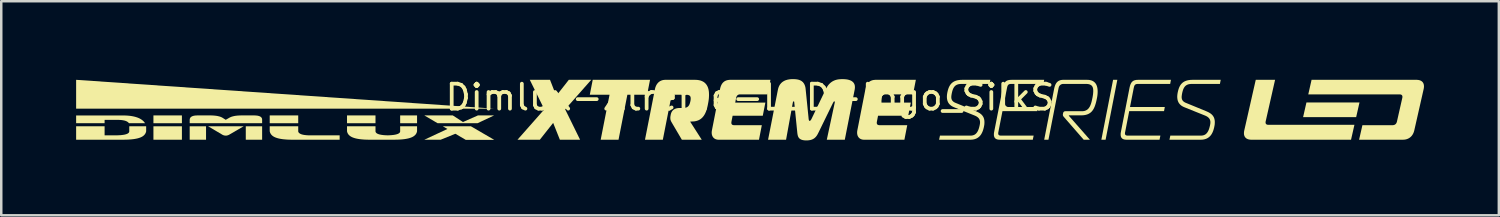
<source format=kicad_pcb>
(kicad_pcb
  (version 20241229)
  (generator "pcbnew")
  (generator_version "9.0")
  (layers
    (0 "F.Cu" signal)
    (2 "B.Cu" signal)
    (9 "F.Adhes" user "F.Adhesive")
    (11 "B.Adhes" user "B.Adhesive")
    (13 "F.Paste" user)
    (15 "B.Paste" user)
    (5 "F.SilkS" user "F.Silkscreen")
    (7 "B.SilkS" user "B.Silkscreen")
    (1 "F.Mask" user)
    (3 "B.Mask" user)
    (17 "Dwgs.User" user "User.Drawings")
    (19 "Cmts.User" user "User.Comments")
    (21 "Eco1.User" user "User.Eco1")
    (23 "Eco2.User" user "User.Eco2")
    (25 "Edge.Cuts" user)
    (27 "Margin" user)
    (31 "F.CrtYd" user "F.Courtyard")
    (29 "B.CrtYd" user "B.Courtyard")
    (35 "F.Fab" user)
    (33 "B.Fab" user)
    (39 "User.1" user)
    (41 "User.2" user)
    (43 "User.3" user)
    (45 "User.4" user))
  (footprint "Dimlux-Xtreme-LED-logo_SilkS"
    (layer "F.Cu")
    (at 27 1.348)
    (property "Reference" "Dimlux-Xtreme-LED-logo_SilkS" (at 0 -0.5 0) (unlocked yes) (layer "F.SilkS") (effects (font (size 1 1) (thickness 0.15))))
    (fp_poly (pts (xy -22.762 0.539) (xy -23.903 0.539) (xy -23.903 0.226) (xy -22.762 0.226)) (stroke (width 0) (type solid)) (fill yes) (layer "F.SilkS"))
    (fp_poly (pts (xy -22.762 1.2) (xy -23.903 1.2) (xy -23.903 0.662) (xy -22.762 0.662)) (stroke (width 0) (type solid)) (fill yes) (layer "F.SilkS"))
    (fp_poly (pts (xy -21.795 1.2) (xy -22.45 1.2) (xy -22.45 0.662) (xy -21.795 0.662)) (stroke (width 0) (type solid)) (fill yes) (layer "F.SilkS"))
    (fp_poly (pts (xy -19.548 1.2) (xy -20.203 1.2) (xy -20.203 0.662) (xy -19.548 0.662)) (stroke (width 0) (type solid)) (fill yes) (layer "F.SilkS"))
    (fp_poly (pts (xy -18.102 0.539) (xy -19.244 0.539) (xy -19.244 0.226) (xy -18.102 0.226)) (stroke (width 0) (type solid)) (fill yes) (layer "F.SilkS"))
    (fp_poly (pts (xy -15.006 0.539) (xy -16.147 0.539) (xy -16.147 0.226) (xy -15.006 0.226)) (stroke (width 0) (type solid)) (fill yes) (layer "F.SilkS"))
    (fp_poly (pts (xy -13.341 0.539) (xy -14.018 0.539) (xy -14.018 0.226) (xy -13.341 0.226)) (stroke (width 0) (type solid)) (fill yes) (layer "F.SilkS"))
    (fp_poly (pts (xy -10.248 -0.044) (xy -27 -0.044) (xy -27 -1.2) (xy -26.999 -1.2)) (stroke (width 0) (type solid)) (fill yes) (layer "F.SilkS"))
    (fp_poly (pts (xy 14.245 1.2) (xy 14.075 1.2) (xy 14.545 -1.2) (xy 14.715 -1.2)) (stroke (width 0) (type solid)) (fill yes) (layer "F.SilkS"))
    (fp_poly (pts (xy 24.284 0.294) (xy 22.158 0.294) (xy 22.292 -0.294) (xy 24.417 -0.294)) (stroke (width 0) (type solid)) (fill yes) (layer "F.SilkS"))
    (fp_poly (pts (xy -11.501 0.491) (xy -10.902 0.226) (xy -10.254 0.226) (xy -10.918 0.539) (xy -12.517 0.539) (xy -13.05 0.226) (xy -11.909 0.226)) (stroke (width 0) (type solid)) (fill yes) (layer "F.SilkS"))
    (fp_poly (pts (xy -4.124 -0.603) (xy -4.915 -0.603) (xy -5.269 1.2) (xy -5.984 1.2) (xy -5.629 -0.603) (xy -6.42 -0.603) (xy -6.303 -1.2) (xy -4.007 -1.2)) (stroke (width 0) (type solid)) (fill yes) (layer "F.SilkS"))
    (fp_poly (pts (xy -11.18 0.663) (xy -10.248 1.206) (xy -11.389 1.206) (xy -11.806 0.961) (xy -12.395 1.2) (xy -13.05 1.2) (xy -12.124 0.769) (xy -12.308 0.662) (xy -11.178 0.661)) (stroke (width 0) (type solid)) (fill yes) (layer "F.SilkS"))
    (fp_poly (pts (xy -7.764 -0.559) (xy -7.261 -1.2) (xy -6.363 -1.2) (xy -7.407 -0.017) (xy -6.809 1.2) (xy -7.619 1.2) (xy -7.888 0.525) (xy -8.422 1.2) (xy -9.317 1.2) (xy -8.242 -0.017) (xy -8.824 -1.2) (xy -8.014 -1.2)) (stroke (width 0) (type solid)) (fill yes) (layer "F.SilkS"))
    (fp_poly (pts (xy -20.289 0.662) (xy -20.855 0.991) (xy -20.864 0.996) (xy -20.873 1.001) (xy -20.882 1.006) (xy -20.892 1.01) (xy -20.901 1.014) (xy -20.91 1.018) (xy -20.92 1.021) (xy -20.929 1.024) (xy -20.939 1.027) (xy -20.948 1.029) (xy -20.958 1.031) (xy -20.967 1.033) (xy -20.977 1.034) (xy -20.987 1.035) (xy -20.996 1.035) (xy -21.006 1.036) (xy -21.015 1.035) (xy -21.024 1.035) (xy -21.034 1.034) (xy -21.043 1.033) (xy -21.052 1.031) (xy -21.061 1.029) (xy -21.07 1.027) (xy -21.08 1.025) (xy -21.089 1.022) (xy -21.098 1.019) (xy -21.107 1.015) (xy -21.116 1.011) (xy -21.126 1.007) (xy -21.135 1.003) (xy -21.144 0.998) (xy -21.153 0.992) (xy -21.711 0.662)) (stroke (width 0) (type solid)) (fill yes) (layer "F.SilkS"))
    (fp_poly (pts (xy -25.06 0.228) (xy -24.991 0.231) (xy -24.925 0.235) (xy -24.861 0.241) (xy -24.8 0.249) (xy -24.742 0.259) (xy -24.687 0.27) (xy -24.634 0.283) (xy -24.584 0.298) (xy -24.537 0.314) (xy -24.493 0.332) (xy -24.451 0.352) (xy -24.412 0.374) (xy -24.376 0.397) (xy -24.342 0.423) (xy -24.312 0.449) (xy -24.3 0.461) (xy -24.29 0.472) (xy -24.28 0.483) (xy -24.275 0.489) (xy -24.271 0.494) (xy -24.266 0.5) (xy -24.262 0.505) (xy -24.258 0.511) (xy -24.254 0.517) (xy -24.25 0.522) (xy -24.247 0.528) (xy -24.243 0.533) (xy -24.24 0.539) (xy -24.883 0.539) (xy -24.896 0.523) (xy -24.911 0.507) (xy -24.928 0.493) (xy -24.947 0.48) (xy -24.968 0.468) (xy -24.991 0.457) (xy -25.016 0.447) (xy -25.043 0.438) (xy -25.073 0.43) (xy -25.104 0.424) (xy -25.138 0.418) (xy -25.174 0.413) (xy -25.211 0.409) (xy -25.251 0.407) (xy -25.293 0.405) (xy -25.337 0.405) (xy -25.859 0.405) (xy -25.859 0.539) (xy -27 0.539) (xy -27 0.227) (xy -25.132 0.227)) (stroke (width 0) (type solid)) (fill yes) (layer "F.SilkS"))
    (fp_poly (pts (xy -18.102 0.858) (xy -18.102 0.868) (xy -18.1 0.877) (xy -18.097 0.886) (xy -18.093 0.895) (xy -18.089 0.903) (xy -18.083 0.911) (xy -18.077 0.919) (xy -18.07 0.927) (xy -18.061 0.934) (xy -18.052 0.942) (xy -18.042 0.949) (xy -18.032 0.955) (xy -18.02 0.962) (xy -18.007 0.968) (xy -17.994 0.974) (xy -17.979 0.98) (xy -17.964 0.985) (xy -17.947 0.99) (xy -17.93 0.995) (xy -17.911 0.999) (xy -17.872 1.007) (xy -17.828 1.013) (xy -17.781 1.018) (xy -17.729 1.022) (xy -17.674 1.024) (xy -17.615 1.024) (xy -16.442 1.024) (xy -16.442 1.2) (xy -18.329 1.2) (xy -18.407 1.199) (xy -18.481 1.197) (xy -18.551 1.194) (xy -18.618 1.189) (xy -18.682 1.183) (xy -18.741 1.176) (xy -18.798 1.167) (xy -18.851 1.157) (xy -18.9 1.146) (xy -18.946 1.133) (xy -18.988 1.119) (xy -19.027 1.104) (xy -19.063 1.087) (xy -19.095 1.069) (xy -19.123 1.05) (xy -19.136 1.04) (xy -19.148 1.029) (xy -19.158 1.02) (xy -19.167 1.01) (xy -19.176 1.001) (xy -19.184 0.991) (xy -19.192 0.981) (xy -19.199 0.971) (xy -19.205 0.96) (xy -19.212 0.95) (xy -19.217 0.939) (xy -19.223 0.928) (xy -19.227 0.917) (xy -19.232 0.905) (xy -19.235 0.894) (xy -19.239 0.882) (xy -19.241 0.87) (xy -19.244 0.858) (xy -19.244 0.662) (xy -18.102 0.662)) (stroke (width 0) (type solid)) (fill yes) (layer "F.SilkS"))
    (fp_poly (pts (xy 20.661 0.453) (xy 20.659 0.462) (xy 20.657 0.471) (xy 20.656 0.48) (xy 20.655 0.489) (xy 20.654 0.497) (xy 20.654 0.505) (xy 20.654 0.512) (xy 20.654 0.52) (xy 20.655 0.526) (xy 20.657 0.533) (xy 20.658 0.539) (xy 20.66 0.545) (xy 20.662 0.551) (xy 20.665 0.557) (xy 20.668 0.562) (xy 20.671 0.567) (xy 20.675 0.571) (xy 20.679 0.575) (xy 20.684 0.579) (xy 20.689 0.583) (xy 20.694 0.586) (xy 20.7 0.589) (xy 20.706 0.592) (xy 20.712 0.594) (xy 20.719 0.596) (xy 20.726 0.598) (xy 20.734 0.6) (xy 20.742 0.601) (xy 20.75 0.602) (xy 20.759 0.603) (xy 20.768 0.603) (xy 20.777 0.603) (xy 24.214 0.603) (xy 24.078 1.2) (xy 20.093 1.2) (xy 20.071 1.2) (xy 20.05 1.198) (xy 20.029 1.196) (xy 20.01 1.194) (xy 19.991 1.19) (xy 19.973 1.186) (xy 19.955 1.181) (xy 19.939 1.175) (xy 19.923 1.168) (xy 19.908 1.161) (xy 19.894 1.153) (xy 19.881 1.144) (xy 19.869 1.134) (xy 19.857 1.124) (xy 19.847 1.113) (xy 19.837 1.101) (xy 19.828 1.089) (xy 19.82 1.076) (xy 19.813 1.062) (xy 19.807 1.048) (xy 19.801 1.032) (xy 19.797 1.017) (xy 19.793 1) (xy 19.79 0.983) (xy 19.789 0.965) (xy 19.788 0.947) (xy 19.788 0.928) (xy 19.789 0.908) (xy 19.791 0.888) (xy 19.793 0.867) (xy 19.797 0.845) (xy 19.802 0.823) (xy 20.089 -0.443) (xy 20.117 -0.569) (xy 20.261 -1.2) (xy 21.035 -1.2)) (stroke (width 0) (type solid)) (fill yes) (layer "F.SilkS"))
    (fp_poly (pts (xy -24.196 0.662) (xy -24.196 0.663) (xy -24.196 0.664) (xy -24.196 0.665) (xy -24.196 0.666) (xy -24.196 0.666) (xy -24.196 0.667) (xy -24.196 0.668) (xy -24.196 0.668) (xy -24.195 0.669) (xy -24.195 0.669) (xy -24.195 0.67) (xy -24.195 0.67) (xy -24.195 0.671) (xy -24.194 0.671) (xy -24.194 0.671) (xy -24.194 0.858) (xy -24.196 0.87) (xy -24.199 0.882) (xy -24.202 0.894) (xy -24.206 0.906) (xy -24.21 0.917) (xy -24.215 0.928) (xy -24.22 0.939) (xy -24.226 0.95) (xy -24.232 0.96) (xy -24.239 0.971) (xy -24.246 0.981) (xy -24.254 0.991) (xy -24.262 1.001) (xy -24.271 1.01) (xy -24.28 1.02) (xy -24.29 1.029) (xy -24.315 1.05) (xy -24.343 1.069) (xy -24.375 1.087) (xy -24.411 1.104) (xy -24.45 1.119) (xy -24.493 1.133) (xy -24.539 1.146) (xy -24.589 1.157) (xy -24.643 1.167) (xy -24.7 1.176) (xy -24.761 1.183) (xy -24.825 1.189) (xy -24.893 1.194) (xy -24.964 1.197) (xy -25.118 1.2) (xy -27 1.2) (xy -27 0.662) (xy -25.859 0.662) (xy -25.859 1.024) (xy -25.371 1.024) (xy -25.311 1.022) (xy -25.255 1.019) (xy -25.228 1.018) (xy -25.202 1.015) (xy -25.178 1.013) (xy -25.154 1.01) (xy -25.131 1.007) (xy -25.109 1.004) (xy -25.088 1) (xy -25.068 0.997) (xy -25.049 0.993) (xy -25.031 0.988) (xy -25.014 0.984) (xy -24.998 0.979) (xy -24.983 0.974) (xy -24.969 0.968) (xy -24.956 0.963) (xy -24.943 0.957) (xy -24.932 0.951) (xy -24.922 0.944) (xy -24.912 0.937) (xy -24.904 0.93) (xy -24.896 0.923) (xy -24.89 0.916) (xy -24.884 0.908) (xy -24.88 0.9) (xy -24.876 0.891) (xy -24.874 0.883) (xy -24.872 0.874) (xy -24.871 0.865) (xy -24.871 0.662) (xy -24.196 0.661)) (stroke (width 0) (type solid)) (fill yes) (layer "F.SilkS"))
    (fp_poly (pts (xy -21.606 0.226) (xy -21.565 0.227) (xy -21.527 0.229) (xy -21.489 0.231) (xy -21.453 0.234) (xy -21.418 0.238) (xy -21.385 0.242) (xy -21.353 0.247) (xy -21.323 0.253) (xy -21.294 0.26) (xy -21.266 0.267) (xy -21.24 0.274) (xy -21.215 0.283) (xy -21.192 0.292) (xy -21.17 0.302) (xy -21.149 0.312) (xy -21.006 0.402) (xy -20.849 0.312) (xy -20.828 0.302) (xy -20.806 0.292) (xy -20.783 0.283) (xy -20.758 0.274) (xy -20.732 0.267) (xy -20.705 0.26) (xy -20.676 0.253) (xy -20.645 0.247) (xy -20.614 0.242) (xy -20.58 0.238) (xy -20.546 0.234) (xy -20.51 0.231) (xy -20.433 0.227) (xy -20.351 0.226) (xy -19.881 0.226) (xy -19.86 0.226) (xy -19.84 0.227) (xy -19.821 0.227) (xy -19.803 0.229) (xy -19.785 0.23) (xy -19.768 0.232) (xy -19.751 0.234) (xy -19.735 0.236) (xy -19.72 0.239) (xy -19.705 0.242) (xy -19.691 0.246) (xy -19.678 0.25) (xy -19.665 0.254) (xy -19.653 0.258) (xy -19.642 0.263) (xy -19.631 0.268) (xy -19.621 0.274) (xy -19.612 0.279) (xy -19.603 0.286) (xy -19.595 0.292) (xy -19.588 0.299) (xy -19.581 0.306) (xy -19.575 0.313) (xy -19.569 0.321) (xy -19.564 0.329) (xy -19.56 0.338) (xy -19.556 0.346) (xy -19.553 0.355) (xy -19.551 0.365) (xy -19.55 0.375) (xy -19.549 0.385) (xy -19.548 0.395) (xy -19.548 0.539) (xy -22.45 0.539) (xy -22.45 0.405) (xy -22.449 0.394) (xy -22.448 0.383) (xy -22.447 0.373) (xy -22.445 0.363) (xy -22.442 0.353) (xy -22.438 0.344) (xy -22.434 0.335) (xy -22.43 0.326) (xy -22.424 0.318) (xy -22.418 0.31) (xy -22.412 0.303) (xy -22.405 0.296) (xy -22.397 0.289) (xy -22.388 0.282) (xy -22.37 0.271) (xy -22.348 0.26) (xy -22.324 0.251) (xy -22.298 0.243) (xy -22.269 0.237) (xy -22.238 0.232) (xy -22.204 0.229) (xy -22.168 0.227) (xy -22.129 0.226) (xy -21.647 0.226)) (stroke (width 0) (type solid)) (fill yes) (layer "F.SilkS"))
    (fp_poly (pts (xy 26.717 -1.2) (xy 26.738 -1.198) (xy 26.758 -1.196) (xy 26.778 -1.194) (xy 26.797 -1.19) (xy 26.815 -1.186) (xy 26.832 -1.181) (xy 26.849 -1.175) (xy 26.865 -1.168) (xy 26.879 -1.161) (xy 26.893 -1.153) (xy 26.907 -1.144) (xy 26.919 -1.134) (xy 26.93 -1.124) (xy 26.941 -1.113) (xy 26.951 -1.101) (xy 26.96 -1.089) (xy 26.968 -1.076) (xy 26.975 -1.062) (xy 26.981 -1.048) (xy 26.986 -1.033) (xy 26.991 -1.017) (xy 26.994 -1) (xy 26.997 -0.983) (xy 26.999 -0.965) (xy 27 -0.947) (xy 27 -0.928) (xy 26.999 -0.908) (xy 26.997 -0.888) (xy 26.994 -0.867) (xy 26.991 -0.845) (xy 26.986 -0.823) (xy 26.613 0.823) (xy 26.601 0.867) (xy 26.587 0.908) (xy 26.579 0.928) (xy 26.57 0.947) (xy 26.561 0.965) (xy 26.551 0.983) (xy 26.541 1) (xy 26.529 1.017) (xy 26.518 1.032) (xy 26.506 1.048) (xy 26.493 1.062) (xy 26.479 1.076) (xy 26.465 1.089) (xy 26.451 1.101) (xy 26.436 1.113) (xy 26.42 1.124) (xy 26.404 1.134) (xy 26.387 1.144) (xy 26.37 1.153) (xy 26.353 1.161) (xy 26.334 1.168) (xy 26.316 1.175) (xy 26.297 1.181) (xy 26.277 1.186) (xy 26.257 1.19) (xy 26.236 1.194) (xy 26.215 1.196) (xy 26.194 1.198) (xy 26.15 1.2) (xy 24.401 1.2) (xy 24.534 0.617) (xy 25.734 0.617) (xy 25.752 0.617) (xy 25.761 0.616) (xy 25.77 0.615) (xy 25.779 0.614) (xy 25.787 0.612) (xy 25.795 0.61) (xy 25.803 0.608) (xy 25.81 0.606) (xy 25.817 0.603) (xy 25.824 0.6) (xy 25.831 0.596) (xy 25.838 0.593) (xy 25.844 0.589) (xy 25.85 0.585) (xy 25.856 0.58) (xy 25.861 0.575) (xy 25.867 0.57) (xy 25.872 0.565) (xy 25.877 0.559) (xy 25.882 0.553) (xy 25.886 0.547) (xy 25.89 0.54) (xy 25.894 0.533) (xy 25.898 0.526) (xy 25.902 0.518) (xy 25.905 0.51) (xy 25.908 0.502) (xy 25.914 0.485) (xy 25.919 0.466) (xy 26.13 -0.466) (xy 26.132 -0.476) (xy 26.134 -0.485) (xy 26.135 -0.494) (xy 26.136 -0.502) (xy 26.137 -0.511) (xy 26.137 -0.518) (xy 26.137 -0.526) (xy 26.136 -0.533) (xy 26.135 -0.54) (xy 26.134 -0.547) (xy 26.133 -0.553) (xy 26.131 -0.559) (xy 26.128 -0.565) (xy 26.126 -0.57) (xy 26.123 -0.576) (xy 26.119 -0.58) (xy 26.115 -0.585) (xy 26.111 -0.589) (xy 26.107 -0.593) (xy 26.102 -0.597) (xy 26.097 -0.6) (xy 26.091 -0.603) (xy 26.085 -0.606) (xy 26.079 -0.608) (xy 26.072 -0.61) (xy 26.065 -0.612) (xy 26.057 -0.614) (xy 26.049 -0.615) (xy 26.041 -0.616) (xy 26.032 -0.617) (xy 26.023 -0.617) (xy 26.014 -0.617) (xy 22.365 -0.617) (xy 22.497 -1.2) (xy 26.694 -1.2)) (stroke (width 0) (type solid)) (fill yes) (layer "F.SilkS"))
    (fp_poly (pts (xy 11.753 -1.035) (xy 10.463 -1.035) (xy 10.452 -1.035) (xy 10.442 -1.035) (xy 10.432 -1.034) (xy 10.423 -1.033) (xy 10.414 -1.032) (xy 10.405 -1.03) (xy 10.397 -1.028) (xy 10.39 -1.026) (xy 10.383 -1.023) (xy 10.376 -1.02) (xy 10.37 -1.017) (xy 10.364 -1.014) (xy 10.358 -1.01) (xy 10.353 -1.006) (xy 10.348 -1.002) (xy 10.343 -0.997) (xy 10.339 -0.992) (xy 10.335 -0.987) (xy 10.331 -0.981) (xy 10.327 -0.975) (xy 10.324 -0.969) (xy 10.321 -0.962) (xy 10.315 -0.949) (xy 10.309 -0.934) (xy 10.305 -0.917) (xy 10.3 -0.9) (xy 10.296 -0.881) (xy 10.145 -0.11) (xy 11.539 -0.11) (xy 11.507 0.055) (xy 10.113 0.055) (xy 9.952 0.878) (xy 9.95 0.888) (xy 9.948 0.897) (xy 9.947 0.906) (xy 9.945 0.915) (xy 9.944 0.923) (xy 9.943 0.931) (xy 9.943 0.939) (xy 9.943 0.946) (xy 9.943 0.957) (xy 9.944 0.967) (xy 9.946 0.976) (xy 9.947 0.981) (xy 9.949 0.985) (xy 9.95 0.989) (xy 9.952 0.993) (xy 9.954 0.997) (xy 9.956 1) (xy 9.959 1.003) (xy 9.962 1.007) (xy 9.965 1.01) (xy 9.968 1.013) (xy 9.972 1.015) (xy 9.975 1.018) (xy 9.979 1.02) (xy 9.984 1.023) (xy 9.988 1.025) (xy 9.993 1.026) (xy 9.999 1.028) (xy 10.004 1.03) (xy 10.01 1.031) (xy 10.016 1.032) (xy 10.029 1.034) (xy 10.044 1.035) (xy 10.06 1.035) (xy 11.362 1.035) (xy 11.328 1.2) (xy 10.019 1.2) (xy 9.989 1.199) (xy 9.962 1.197) (xy 9.936 1.194) (xy 9.924 1.192) (xy 9.912 1.189) (xy 9.9 1.186) (xy 9.889 1.183) (xy 9.879 1.179) (xy 9.869 1.174) (xy 9.859 1.17) (xy 9.85 1.165) (xy 9.842 1.159) (xy 9.834 1.153) (xy 9.826 1.147) (xy 9.819 1.14) (xy 9.812 1.133) (xy 9.806 1.125) (xy 9.8 1.116) (xy 9.795 1.108) (xy 9.79 1.098) (xy 9.786 1.089) (xy 9.782 1.078) (xy 9.779 1.067) (xy 9.776 1.056) (xy 9.773 1.044) (xy 9.772 1.032) (xy 9.77 1.019) (xy 9.77 1.005) (xy 9.769 0.991) (xy 9.77 0.978) (xy 9.77 0.964) (xy 9.771 0.951) (xy 9.772 0.937) (xy 9.774 0.923) (xy 9.776 0.908) (xy 9.779 0.893) (xy 9.782 0.878) (xy 10.126 -0.881) (xy 10.131 -0.906) (xy 10.137 -0.93) (xy 10.142 -0.952) (xy 10.149 -0.974) (xy 10.155 -0.994) (xy 10.162 -1.012) (xy 10.17 -1.03) (xy 10.178 -1.047) (xy 10.186 -1.062) (xy 10.194 -1.077) (xy 10.203 -1.09) (xy 10.213 -1.103) (xy 10.222 -1.114) (xy 10.232 -1.125) (xy 10.243 -1.134) (xy 10.254 -1.143) (xy 10.265 -1.152) (xy 10.277 -1.159) (xy 10.289 -1.166) (xy 10.302 -1.171) (xy 10.315 -1.177) (xy 10.329 -1.181) (xy 10.343 -1.185) (xy 10.357 -1.189) (xy 10.387 -1.194) (xy 10.419 -1.198) (xy 10.453 -1.199) (xy 10.489 -1.2) (xy 11.785 -1.2)) (stroke (width 0) (type solid)) (fill yes) (layer "F.SilkS"))
    (fp_poly (pts (xy 16.832 -1.035) (xy 15.541 -1.035) (xy 15.531 -1.035) (xy 15.52 -1.035) (xy 15.51 -1.034) (xy 15.501 -1.033) (xy 15.492 -1.032) (xy 15.483 -1.03) (xy 15.475 -1.028) (xy 15.468 -1.026) (xy 15.461 -1.023) (xy 15.454 -1.02) (xy 15.448 -1.017) (xy 15.442 -1.014) (xy 15.436 -1.01) (xy 15.431 -1.006) (xy 15.426 -1.002) (xy 15.421 -0.997) (xy 15.417 -0.992) (xy 15.413 -0.987) (xy 15.409 -0.981) (xy 15.405 -0.975) (xy 15.402 -0.969) (xy 15.399 -0.962) (xy 15.393 -0.949) (xy 15.388 -0.934) (xy 15.383 -0.917) (xy 15.379 -0.9) (xy 15.374 -0.881) (xy 15.223 -0.11) (xy 16.617 -0.11) (xy 16.586 0.055) (xy 15.191 0.055) (xy 15.031 0.878) (xy 15.028 0.888) (xy 15.026 0.897) (xy 15.025 0.906) (xy 15.023 0.915) (xy 15.022 0.923) (xy 15.022 0.931) (xy 15.021 0.939) (xy 15.021 0.946) (xy 15.021 0.957) (xy 15.022 0.967) (xy 15.024 0.976) (xy 15.025 0.981) (xy 15.027 0.985) (xy 15.028 0.989) (xy 15.03 0.993) (xy 15.032 0.997) (xy 15.035 1) (xy 15.037 1.003) (xy 15.04 1.007) (xy 15.043 1.01) (xy 15.046 1.013) (xy 15.05 1.015) (xy 15.054 1.018) (xy 15.058 1.02) (xy 15.062 1.023) (xy 15.067 1.025) (xy 15.072 1.026) (xy 15.077 1.028) (xy 15.082 1.03) (xy 15.088 1.031) (xy 15.094 1.032) (xy 15.107 1.034) (xy 15.122 1.035) (xy 15.138 1.035) (xy 16.44 1.035) (xy 16.406 1.2) (xy 15.097 1.2) (xy 15.067 1.199) (xy 15.04 1.197) (xy 15.014 1.194) (xy 15.002 1.192) (xy 14.99 1.189) (xy 14.979 1.186) (xy 14.968 1.183) (xy 14.957 1.179) (xy 14.947 1.174) (xy 14.938 1.17) (xy 14.929 1.165) (xy 14.92 1.159) (xy 14.912 1.153) (xy 14.904 1.147) (xy 14.897 1.14) (xy 14.89 1.133) (xy 14.884 1.125) (xy 14.878 1.116) (xy 14.873 1.108) (xy 14.868 1.098) (xy 14.864 1.089) (xy 14.86 1.078) (xy 14.857 1.067) (xy 14.854 1.056) (xy 14.852 1.044) (xy 14.85 1.032) (xy 14.849 1.019) (xy 14.848 1.005) (xy 14.848 0.991) (xy 14.848 0.978) (xy 14.848 0.964) (xy 14.849 0.951) (xy 14.85 0.937) (xy 14.852 0.923) (xy 14.854 0.908) (xy 14.857 0.893) (xy 14.86 0.878) (xy 15.204 -0.881) (xy 15.209 -0.906) (xy 15.215 -0.93) (xy 15.221 -0.952) (xy 15.227 -0.974) (xy 15.234 -0.994) (xy 15.241 -1.012) (xy 15.248 -1.03) (xy 15.256 -1.047) (xy 15.264 -1.062) (xy 15.272 -1.077) (xy 15.281 -1.09) (xy 15.291 -1.103) (xy 15.3 -1.114) (xy 15.311 -1.125) (xy 15.321 -1.134) (xy 15.332 -1.143) (xy 15.343 -1.152) (xy 15.355 -1.159) (xy 15.367 -1.166) (xy 15.38 -1.171) (xy 15.393 -1.177) (xy 15.407 -1.181) (xy 15.421 -1.185) (xy 15.435 -1.189) (xy 15.465 -1.194) (xy 15.497 -1.198) (xy 15.531 -1.199) (xy 15.567 -1.2) (xy 16.863 -1.2)) (stroke (width 0) (type solid)) (fill yes) (layer "F.SilkS"))
    (fp_poly (pts (xy -15.006 0.858) (xy -15.004 0.877) (xy -15.002 0.886) (xy -14.998 0.894) (xy -14.989 0.911) (xy -14.975 0.926) (xy -14.958 0.941) (xy -14.937 0.954) (xy -14.912 0.966) (xy -14.884 0.977) (xy -14.852 0.987) (xy -14.815 0.995) (xy -14.775 1.003) (xy -14.731 1.009) (xy -14.684 1.015) (xy -14.632 1.019) (xy -14.577 1.022) (xy -14.518 1.024) (xy -14.458 1.022) (xy -14.402 1.019) (xy -14.349 1.015) (xy -14.325 1.012) (xy -14.301 1.01) (xy -14.278 1.007) (xy -14.256 1.003) (xy -14.235 1) (xy -14.215 0.996) (xy -14.196 0.992) (xy -14.178 0.987) (xy -14.161 0.983) (xy -14.145 0.978) (xy -14.13 0.973) (xy -14.116 0.968) (xy -14.103 0.962) (xy -14.09 0.956) (xy -14.079 0.95) (xy -14.069 0.943) (xy -14.059 0.937) (xy -14.051 0.93) (xy -14.043 0.922) (xy -14.037 0.915) (xy -14.031 0.907) (xy -14.027 0.899) (xy -14.023 0.891) (xy -14.021 0.882) (xy -14.019 0.874) (xy -14.018 0.865) (xy -14.018 0.662) (xy -13.341 0.662) (xy -13.341 0.858) (xy -13.342 0.864) (xy -13.343 0.87) (xy -13.345 0.876) (xy -13.346 0.882) (xy -13.348 0.888) (xy -13.349 0.894) (xy -13.351 0.899) (xy -13.353 0.905) (xy -13.355 0.911) (xy -13.357 0.916) (xy -13.359 0.922) (xy -13.361 0.927) (xy -13.364 0.933) (xy -13.366 0.938) (xy -13.369 0.944) (xy -13.372 0.949) (xy -13.375 0.955) (xy -13.378 0.96) (xy -13.381 0.965) (xy -13.385 0.97) (xy -13.388 0.976) (xy -13.392 0.981) (xy -13.396 0.986) (xy -13.4 0.991) (xy -13.404 0.996) (xy -13.408 1.001) (xy -13.412 1.006) (xy -13.417 1.01) (xy -13.422 1.015) (xy -13.426 1.02) (xy -13.431 1.024) (xy -13.437 1.029) (xy -13.462 1.05) (xy -13.49 1.069) (xy -13.522 1.087) (xy -13.558 1.104) (xy -13.597 1.119) (xy -13.64 1.133) (xy -13.686 1.146) (xy -13.736 1.157) (xy -13.79 1.167) (xy -13.847 1.176) (xy -13.908 1.183) (xy -13.972 1.189) (xy -14.04 1.194) (xy -14.111 1.197) (xy -14.265 1.2) (xy -15.233 1.2) (xy -15.31 1.199) (xy -15.384 1.197) (xy -15.455 1.194) (xy -15.522 1.189) (xy -15.585 1.183) (xy -15.645 1.176) (xy -15.701 1.167) (xy -15.754 1.157) (xy -15.804 1.146) (xy -15.849 1.133) (xy -15.892 1.119) (xy -15.931 1.104) (xy -15.966 1.087) (xy -15.998 1.069) (xy -16.026 1.05) (xy -16.039 1.04) (xy -16.051 1.029) (xy -16.056 1.024) (xy -16.062 1.02) (xy -16.066 1.015) (xy -16.071 1.01) (xy -16.076 1.006) (xy -16.08 1.001) (xy -16.084 0.996) (xy -16.088 0.991) (xy -16.092 0.986) (xy -16.096 0.981) (xy -16.1 0.976) (xy -16.103 0.97) (xy -16.107 0.965) (xy -16.11 0.96) (xy -16.113 0.955) (xy -16.116 0.949) (xy -16.122 0.938) (xy -16.127 0.927) (xy -16.131 0.916) (xy -16.135 0.905) (xy -16.139 0.894) (xy -16.142 0.882) (xy -16.145 0.87) (xy -16.147 0.858) (xy -16.147 0.662) (xy -15.006 0.662)) (stroke (width 0) (type solid)) (fill yes) (layer "F.SilkS"))
    (fp_poly (pts (xy 0.703 -0.617) (xy -0.392 -0.617) (xy -0.409 -0.617) (xy -0.417 -0.616) (xy -0.425 -0.615) (xy -0.433 -0.614) (xy -0.441 -0.612) (xy -0.448 -0.61) (xy -0.455 -0.608) (xy -0.462 -0.606) (xy -0.469 -0.603) (xy -0.475 -0.6) (xy -0.481 -0.597) (xy -0.487 -0.593) (xy -0.493 -0.589) (xy -0.498 -0.585) (xy -0.504 -0.58) (xy -0.509 -0.576) (xy -0.514 -0.57) (xy -0.518 -0.565) (xy -0.523 -0.559) (xy -0.527 -0.553) (xy -0.531 -0.547) (xy -0.535 -0.54) (xy -0.538 -0.533) (xy -0.542 -0.526) (xy -0.545 -0.518) (xy -0.55 -0.502) (xy -0.555 -0.485) (xy -0.559 -0.466) (xy -0.594 -0.288) (xy 0.614 -0.288) (xy 0.51 0.24) (xy -0.698 0.24) (xy -0.743 0.466) (xy -0.745 0.481) (xy -0.747 0.495) (xy -0.748 0.502) (xy -0.748 0.508) (xy -0.749 0.515) (xy -0.749 0.518) (xy -0.749 0.521) (xy -0.749 0.527) (xy -0.748 0.533) (xy -0.748 0.539) (xy -0.747 0.544) (xy -0.746 0.549) (xy -0.745 0.554) (xy -0.743 0.559) (xy -0.742 0.564) (xy -0.74 0.568) (xy -0.738 0.572) (xy -0.735 0.576) (xy -0.733 0.58) (xy -0.73 0.584) (xy -0.727 0.587) (xy -0.724 0.59) (xy -0.72 0.593) (xy -0.717 0.596) (xy -0.713 0.599) (xy -0.709 0.602) (xy -0.704 0.604) (xy -0.7 0.606) (xy -0.695 0.608) (xy -0.69 0.61) (xy -0.685 0.611) (xy -0.679 0.613) (xy -0.674 0.614) (xy -0.662 0.616) (xy -0.649 0.617) (xy -0.635 0.617) (xy 0.472 0.617) (xy 0.358 1.2) (xy -1.255 1.2) (xy -1.272 1.2) (xy -1.289 1.198) (xy -1.305 1.197) (xy -1.321 1.194) (xy -1.336 1.191) (xy -1.35 1.187) (xy -1.364 1.183) (xy -1.378 1.178) (xy -1.391 1.173) (xy -1.403 1.166) (xy -1.415 1.16) (xy -1.426 1.152) (xy -1.437 1.145) (xy -1.447 1.136) (xy -1.457 1.127) (xy -1.466 1.118) (xy -1.474 1.108) (xy -1.482 1.098) (xy -1.49 1.087) (xy -1.497 1.076) (xy -1.503 1.065) (xy -1.509 1.053) (xy -1.514 1.04) (xy -1.519 1.028) (xy -1.523 1.015) (xy -1.527 1.001) (xy -1.53 0.988) (xy -1.532 0.974) (xy -1.534 0.96) (xy -1.535 0.945) (xy -1.537 0.915) (xy -1.536 0.904) (xy -1.536 0.892) (xy -1.535 0.881) (xy -1.534 0.869) (xy -1.533 0.858) (xy -1.531 0.846) (xy -1.529 0.834) (xy -1.527 0.823) (xy -1.204 -0.823) (xy -1.195 -0.867) (xy -1.183 -0.908) (xy -1.17 -0.947) (xy -1.154 -0.983) (xy -1.146 -1) (xy -1.137 -1.017) (xy -1.127 -1.032) (xy -1.117 -1.048) (xy -1.107 -1.062) (xy -1.095 -1.076) (xy -1.084 -1.089) (xy -1.071 -1.101) (xy -1.058 -1.113) (xy -1.045 -1.124) (xy -1.03 -1.134) (xy -1.016 -1.144) (xy -1 -1.153) (xy -0.984 -1.161) (xy -0.967 -1.168) (xy -0.95 -1.175) (xy -0.931 -1.181) (xy -0.912 -1.186) (xy -0.893 -1.19) (xy -0.872 -1.194) (xy -0.851 -1.196) (xy -0.83 -1.198) (xy -0.807 -1.2) (xy -0.784 -1.2) (xy 0.817 -1.2)) (stroke (width 0) (type solid)) (fill yes) (layer "F.SilkS"))
    (fp_poly (pts (xy 6.529 -0.617) (xy 5.435 -0.617) (xy 5.417 -0.617) (xy 5.409 -0.616) (xy 5.401 -0.615) (xy 5.393 -0.614) (xy 5.386 -0.612) (xy 5.378 -0.61) (xy 5.371 -0.608) (xy 5.364 -0.606) (xy 5.358 -0.603) (xy 5.351 -0.6) (xy 5.345 -0.597) (xy 5.339 -0.593) (xy 5.333 -0.589) (xy 5.328 -0.585) (xy 5.322 -0.58) (xy 5.317 -0.575) (xy 5.313 -0.57) (xy 5.308 -0.565) (xy 5.303 -0.559) (xy 5.299 -0.553) (xy 5.295 -0.547) (xy 5.291 -0.54) (xy 5.288 -0.533) (xy 5.285 -0.526) (xy 5.281 -0.518) (xy 5.279 -0.511) (xy 5.276 -0.502) (xy 5.271 -0.485) (xy 5.267 -0.466) (xy 5.232 -0.288) (xy 6.441 -0.288) (xy 6.336 0.24) (xy 5.128 0.24) (xy 5.084 0.466) (xy 5.081 0.481) (xy 5.08 0.488) (xy 5.079 0.495) (xy 5.078 0.502) (xy 5.078 0.508) (xy 5.077 0.515) (xy 5.077 0.518) (xy 5.077 0.521) (xy 5.077 0.527) (xy 5.078 0.533) (xy 5.078 0.539) (xy 5.079 0.544) (xy 5.08 0.549) (xy 5.081 0.554) (xy 5.083 0.559) (xy 5.084 0.564) (xy 5.086 0.568) (xy 5.088 0.572) (xy 5.091 0.576) (xy 5.093 0.58) (xy 5.096 0.584) (xy 5.099 0.587) (xy 5.102 0.59) (xy 5.106 0.593) (xy 5.109 0.596) (xy 5.113 0.599) (xy 5.117 0.602) (xy 5.122 0.604) (xy 5.126 0.606) (xy 5.131 0.608) (xy 5.136 0.61) (xy 5.141 0.611) (xy 5.147 0.613) (xy 5.152 0.614) (xy 5.164 0.616) (xy 5.177 0.617) (xy 5.191 0.617) (xy 6.298 0.617) (xy 6.184 1.2) (xy 4.571 1.2) (xy 4.554 1.2) (xy 4.537 1.198) (xy 4.521 1.197) (xy 4.505 1.194) (xy 4.49 1.191) (xy 4.476 1.187) (xy 4.462 1.183) (xy 4.448 1.178) (xy 4.436 1.173) (xy 4.423 1.166) (xy 4.411 1.16) (xy 4.4 1.152) (xy 4.389 1.145) (xy 4.379 1.136) (xy 4.37 1.127) (xy 4.36 1.118) (xy 4.352 1.108) (xy 4.344 1.098) (xy 4.336 1.087) (xy 4.33 1.076) (xy 4.323 1.065) (xy 4.317 1.053) (xy 4.312 1.04) (xy 4.307 1.028) (xy 4.303 1.015) (xy 4.3 1.001) (xy 4.297 0.988) (xy 4.294 0.974) (xy 4.292 0.96) (xy 4.291 0.945) (xy 4.29 0.915) (xy 4.29 0.904) (xy 4.29 0.892) (xy 4.291 0.881) (xy 4.292 0.869) (xy 4.293 0.858) (xy 4.295 0.846) (xy 4.297 0.834) (xy 4.299 0.823) (xy 4.622 -0.823) (xy 4.632 -0.867) (xy 4.643 -0.908) (xy 4.657 -0.947) (xy 4.672 -0.983) (xy 4.68 -1) (xy 4.689 -1.017) (xy 4.699 -1.032) (xy 4.709 -1.048) (xy 4.72 -1.062) (xy 4.731 -1.076) (xy 4.743 -1.089) (xy 4.755 -1.101) (xy 4.768 -1.113) (xy 4.782 -1.124) (xy 4.796 -1.134) (xy 4.811 -1.144) (xy 4.826 -1.153) (xy 4.842 -1.161) (xy 4.859 -1.168) (xy 4.877 -1.175) (xy 4.895 -1.181) (xy 4.914 -1.186) (xy 4.933 -1.19) (xy 4.954 -1.194) (xy 4.975 -1.196) (xy 4.997 -1.198) (xy 5.019 -1.2) (xy 5.042 -1.2) (xy 6.643 -1.2)) (stroke (width 0) (type solid)) (fill yes) (layer "F.SilkS"))
    (fp_poly (pts (xy 13.504 -1.2) (xy 13.532 -1.199) (xy 13.56 -1.198) (xy 13.586 -1.195) (xy 13.611 -1.191) (xy 13.635 -1.186) (xy 13.658 -1.18) (xy 13.68 -1.174) (xy 13.701 -1.166) (xy 13.72 -1.157) (xy 13.739 -1.147) (xy 13.757 -1.136) (xy 13.774 -1.125) (xy 13.789 -1.112) (xy 13.804 -1.099) (xy 13.818 -1.085) (xy 13.831 -1.07) (xy 13.843 -1.054) (xy 13.855 -1.037) (xy 13.865 -1.02) (xy 13.875 -1.002) (xy 13.883 -0.983) (xy 13.891 -0.963) (xy 13.898 -0.943) (xy 13.904 -0.922) (xy 13.914 -0.879) (xy 13.921 -0.832) (xy 13.925 -0.784) (xy 13.927 -0.734) (xy 13.926 -0.702) (xy 13.925 -0.67) (xy 13.923 -0.637) (xy 13.92 -0.603) (xy 13.916 -0.569) (xy 13.911 -0.534) (xy 13.905 -0.499) (xy 13.898 -0.463) (xy 13.882 -0.385) (xy 13.865 -0.311) (xy 13.846 -0.242) (xy 13.825 -0.176) (xy 13.802 -0.115) (xy 13.789 -0.087) (xy 13.776 -0.059) (xy 13.762 -0.033) (xy 13.747 -0.007) (xy 13.731 0.017) (xy 13.714 0.039) (xy 13.696 0.061) (xy 13.677 0.081) (xy 13.657 0.1) (xy 13.635 0.118) (xy 13.612 0.134) (xy 13.589 0.149) (xy 13.563 0.163) (xy 13.536 0.176) (xy 13.508 0.186) (xy 13.478 0.196) (xy 13.447 0.204) (xy 13.414 0.211) (xy 13.379 0.216) (xy 13.343 0.22) (xy 13.304 0.222) (xy 13.264 0.223) (xy 12.775 0.223) (xy 12.772 0.24) (xy 13.617 1.2) (xy 13.368 1.2) (xy 12.573 0.288) (xy 12.563 0.276) (xy 12.559 0.27) (xy 12.555 0.265) (xy 12.551 0.26) (xy 12.548 0.254) (xy 12.545 0.249) (xy 12.542 0.244) (xy 12.54 0.238) (xy 12.538 0.233) (xy 12.536 0.227) (xy 12.535 0.221) (xy 12.534 0.214) (xy 12.533 0.208) (xy 12.533 0.2) (xy 12.532 0.192) (xy 12.542 0.137) (xy 12.543 0.132) (xy 12.544 0.128) (xy 12.545 0.123) (xy 12.547 0.119) (xy 12.548 0.115) (xy 12.55 0.111) (xy 12.552 0.107) (xy 12.554 0.103) (xy 12.556 0.1) (xy 12.558 0.096) (xy 12.56 0.093) (xy 12.563 0.09) (xy 12.565 0.087) (xy 12.568 0.084) (xy 12.571 0.081) (xy 12.573 0.078) (xy 12.576 0.076) (xy 12.58 0.074) (xy 12.583 0.072) (xy 12.586 0.07) (xy 12.59 0.068) (xy 12.593 0.066) (xy 12.597 0.065) (xy 12.6 0.063) (xy 12.604 0.062) (xy 12.608 0.061) (xy 12.612 0.06) (xy 12.616 0.06) (xy 12.62 0.059) (xy 12.625 0.059) (xy 12.633 0.058) (xy 13.293 0.058) (xy 13.32 0.058) (xy 13.347 0.055) (xy 13.372 0.052) (xy 13.396 0.047) (xy 13.418 0.041) (xy 13.439 0.033) (xy 13.46 0.024) (xy 13.479 0.014) (xy 13.497 0.003) (xy 13.514 -0.009) (xy 13.53 -0.022) (xy 13.546 -0.037) (xy 13.56 -0.053) (xy 13.573 -0.069) (xy 13.586 -0.087) (xy 13.598 -0.105) (xy 13.62 -0.144) (xy 13.639 -0.187) (xy 13.657 -0.233) (xy 13.672 -0.282) (xy 13.686 -0.333) (xy 13.698 -0.386) (xy 13.722 -0.497) (xy 13.728 -0.534) (xy 13.734 -0.57) (xy 13.739 -0.604) (xy 13.743 -0.638) (xy 13.746 -0.671) (xy 13.748 -0.702) (xy 13.75 -0.732) (xy 13.75 -0.761) (xy 13.749 -0.792) (xy 13.747 -0.822) (xy 13.743 -0.85) (xy 13.74 -0.863) (xy 13.737 -0.876) (xy 13.733 -0.889) (xy 13.728 -0.901) (xy 13.724 -0.912) (xy 13.718 -0.923) (xy 13.712 -0.934) (xy 13.705 -0.944) (xy 13.698 -0.953) (xy 13.69 -0.963) (xy 13.681 -0.971) (xy 13.672 -0.979) (xy 13.662 -0.987) (xy 13.651 -0.994) (xy 13.64 -1) (xy 13.628 -1.006) (xy 13.615 -1.012) (xy 13.601 -1.017) (xy 13.586 -1.021) (xy 13.571 -1.025) (xy 13.555 -1.028) (xy 13.537 -1.031) (xy 13.519 -1.033) (xy 13.5 -1.034) (xy 13.481 -1.035) (xy 13.46 -1.035) (xy 12.551 -1.035) (xy 12.538 -1.035) (xy 12.523 -1.034) (xy 12.509 -1.031) (xy 12.495 -1.028) (xy 12.48 -1.023) (xy 12.466 -1.017) (xy 12.459 -1.014) (xy 12.452 -1.01) (xy 12.446 -1.006) (xy 12.439 -1.001) (xy 12.432 -0.996) (xy 12.426 -0.991) (xy 12.42 -0.985) (xy 12.414 -0.979) (xy 12.408 -0.973) (xy 12.403 -0.966) (xy 12.397 -0.959) (xy 12.392 -0.951) (xy 12.387 -0.943) (xy 12.383 -0.935) (xy 12.378 -0.926) (xy 12.375 -0.917) (xy 12.371 -0.907) (xy 12.368 -0.896) (xy 12.365 -0.886) (xy 12.362 -0.874) (xy 11.955 1.2) (xy 11.785 1.2) (xy 12.182 -0.833) (xy 12.192 -0.877) (xy 12.202 -0.918) (xy 12.214 -0.956) (xy 12.228 -0.992) (xy 12.235 -1.008) (xy 12.243 -1.025) (xy 12.251 -1.04) (xy 12.26 -1.055) (xy 12.269 -1.069) (xy 12.279 -1.082) (xy 12.289 -1.095) (xy 12.3 -1.107) (xy 12.311 -1.118) (xy 12.323 -1.128) (xy 12.335 -1.138) (xy 12.348 -1.147) (xy 12.362 -1.156) (xy 12.376 -1.163) (xy 12.39 -1.17) (xy 12.406 -1.176) (xy 12.422 -1.182) (xy 12.439 -1.187) (xy 12.456 -1.191) (xy 12.474 -1.194) (xy 12.493 -1.197) (xy 12.513 -1.199) (xy 12.533 -1.2) (xy 12.554 -1.2)) (stroke (width 0) (type solid)) (fill yes) (layer "F.SilkS"))
    (fp_poly (pts (xy -2.167 -1.199) (xy -2.131 -1.197) (xy -2.097 -1.194) (xy -2.064 -1.189) (xy -2.033 -1.183) (xy -2.003 -1.176) (xy -1.974 -1.168) (xy -1.947 -1.158) (xy -1.921 -1.147) (xy -1.896 -1.135) (xy -1.872 -1.122) (xy -1.85 -1.108) (xy -1.829 -1.092) (xy -1.809 -1.076) (xy -1.791 -1.058) (xy -1.773 -1.039) (xy -1.757 -1.02) (xy -1.742 -0.999) (xy -1.728 -0.977) (xy -1.715 -0.954) (xy -1.703 -0.931) (xy -1.693 -0.906) (xy -1.683 -0.881) (xy -1.675 -0.854) (xy -1.667 -0.827) (xy -1.661 -0.799) (xy -1.651 -0.74) (xy -1.646 -0.678) (xy -1.644 -0.614) (xy -1.644 -0.579) (xy -1.645 -0.543) (xy -1.647 -0.507) (xy -1.649 -0.47) (xy -1.653 -0.432) (xy -1.657 -0.394) (xy -1.663 -0.355) (xy -1.669 -0.315) (xy -1.694 -0.183) (xy -1.709 -0.116) (xy -1.726 -0.048) (xy -1.746 0.019) (xy -1.77 0.084) (xy -1.784 0.115) (xy -1.798 0.146) (xy -1.814 0.176) (xy -1.831 0.206) (xy -1.849 0.234) (xy -1.869 0.261) (xy -1.89 0.287) (xy -1.912 0.312) (xy -1.937 0.335) (xy -1.962 0.357) (xy -1.99 0.377) (xy -2.019 0.395) (xy -2.05 0.412) (xy -2.084 0.427) (xy -2.119 0.439) (xy -2.156 0.45) (xy -2.195 0.458) (xy -2.237 0.465) (xy -2.281 0.468) (xy -2.327 0.47) (xy -2.39 0.47) (xy -2.394 0.484) (xy -1.935 1.2) (xy -2.732 1.2) (xy -3.099 0.576) (xy -3.14 0.505) (xy -3.149 0.49) (xy -3.157 0.475) (xy -3.164 0.461) (xy -3.17 0.447) (xy -3.176 0.434) (xy -3.181 0.42) (xy -3.185 0.405) (xy -3.188 0.39) (xy -3.191 0.374) (xy -3.192 0.357) (xy -3.193 0.339) (xy -3.194 0.319) (xy -3.194 0.31) (xy -3.193 0.301) (xy -3.193 0.293) (xy -3.192 0.285) (xy -3.191 0.276) (xy -3.19 0.268) (xy -3.187 0.25) (xy -3.178 0.199) (xy -3.174 0.18) (xy -3.169 0.162) (xy -3.164 0.145) (xy -3.158 0.128) (xy -3.152 0.112) (xy -3.145 0.097) (xy -3.137 0.083) (xy -3.129 0.07) (xy -3.121 0.057) (xy -3.111 0.045) (xy -3.102 0.033) (xy -3.092 0.023) (xy -3.081 0.013) (xy -3.07 0.003) (xy -3.059 -0.006) (xy -3.047 -0.014) (xy -3.035 -0.021) (xy -3.022 -0.028) (xy -3.009 -0.035) (xy -2.995 -0.041) (xy -2.967 -0.051) (xy -2.937 -0.059) (xy -2.906 -0.065) (xy -2.874 -0.069) (xy -2.84 -0.071) (xy -2.805 -0.072) (xy -2.697 -0.072) (xy -2.663 -0.073) (xy -2.631 -0.075) (xy -2.602 -0.079) (xy -2.588 -0.082) (xy -2.575 -0.085) (xy -2.562 -0.089) (xy -2.55 -0.093) (xy -2.539 -0.098) (xy -2.528 -0.103) (xy -2.517 -0.109) (xy -2.507 -0.116) (xy -2.497 -0.123) (xy -2.488 -0.13) (xy -2.479 -0.138) (xy -2.471 -0.147) (xy -2.463 -0.157) (xy -2.456 -0.167) (xy -2.448 -0.177) (xy -2.442 -0.189) (xy -2.435 -0.201) (xy -2.429 -0.214) (xy -2.423 -0.227) (xy -2.418 -0.241) (xy -2.408 -0.272) (xy -2.399 -0.306) (xy -2.39 -0.343) (xy -2.387 -0.358) (xy -2.385 -0.373) (xy -2.382 -0.388) (xy -2.381 -0.402) (xy -2.379 -0.415) (xy -2.378 -0.428) (xy -2.378 -0.441) (xy -2.378 -0.453) (xy -2.379 -0.473) (xy -2.379 -0.483) (xy -2.381 -0.492) (xy -2.383 -0.501) (xy -2.385 -0.51) (xy -2.387 -0.518) (xy -2.39 -0.525) (xy -2.393 -0.532) (xy -2.397 -0.539) (xy -2.401 -0.546) (xy -2.406 -0.552) (xy -2.411 -0.557) (xy -2.416 -0.562) (xy -2.422 -0.567) (xy -2.428 -0.572) (xy -2.435 -0.576) (xy -2.442 -0.58) (xy -2.45 -0.583) (xy -2.458 -0.586) (xy -2.476 -0.592) (xy -2.495 -0.596) (xy -2.517 -0.599) (xy -2.54 -0.602) (xy -2.565 -0.603) (xy -2.593 -0.603) (xy -3.001 -0.603) (xy -3.018 -0.603) (xy -3.026 -0.602) (xy -3.035 -0.601) (xy -3.042 -0.6) (xy -3.05 -0.598) (xy -3.057 -0.596) (xy -3.064 -0.594) (xy -3.071 -0.592) (xy -3.078 -0.589) (xy -3.084 -0.586) (xy -3.091 -0.583) (xy -3.097 -0.579) (xy -3.102 -0.575) (xy -3.108 -0.571) (xy -3.113 -0.567) (xy -3.118 -0.562) (xy -3.123 -0.557) (xy -3.128 -0.551) (xy -3.132 -0.545) (xy -3.136 -0.539) (xy -3.14 -0.533) (xy -3.144 -0.526) (xy -3.148 -0.52) (xy -3.151 -0.512) (xy -3.154 -0.505) (xy -3.157 -0.497) (xy -3.16 -0.489) (xy -3.165 -0.471) (xy -3.169 -0.453) (xy -3.494 1.2) (xy -4.209 1.2) (xy -3.811 -0.823) (xy -3.801 -0.867) (xy -3.795 -0.888) (xy -3.788 -0.908) (xy -3.781 -0.928) (xy -3.773 -0.947) (xy -3.765 -0.965) (xy -3.756 -0.983) (xy -3.747 -1) (xy -3.737 -1.017) (xy -3.726 -1.032) (xy -3.715 -1.048) (xy -3.703 -1.062) (xy -3.691 -1.076) (xy -3.679 -1.089) (xy -3.666 -1.101) (xy -3.652 -1.113) (xy -3.638 -1.124) (xy -3.623 -1.134) (xy -3.608 -1.144) (xy -3.592 -1.153) (xy -3.576 -1.161) (xy -3.559 -1.168) (xy -3.542 -1.175) (xy -3.525 -1.181) (xy -3.507 -1.186) (xy -3.489 -1.19) (xy -3.47 -1.194) (xy -3.45 -1.196) (xy -3.431 -1.198) (xy -3.411 -1.2) (xy -3.39 -1.2) (xy -2.204 -1.2)) (stroke (width 0) (type solid)) (fill yes) (layer "F.SilkS"))
    (fp_poly (pts (xy 9.596 -1.035) (xy 8.47 -1.035) (xy 8.428 -1.034) (xy 8.389 -1.03) (xy 8.371 -1.028) (xy 8.353 -1.024) (xy 8.336 -1.02) (xy 8.32 -1.015) (xy 8.304 -1.009) (xy 8.289 -1.003) (xy 8.274 -0.996) (xy 8.26 -0.988) (xy 8.247 -0.98) (xy 8.234 -0.971) (xy 8.221 -0.961) (xy 8.21 -0.95) (xy 8.198 -0.938) (xy 8.188 -0.926) (xy 8.177 -0.912) (xy 8.168 -0.898) (xy 8.158 -0.883) (xy 8.149 -0.867) (xy 8.141 -0.851) (xy 8.133 -0.833) (xy 8.118 -0.795) (xy 8.105 -0.753) (xy 8.093 -0.708) (xy 8.082 -0.658) (xy 8.075 -0.62) (xy 8.072 -0.601) (xy 8.069 -0.582) (xy 8.066 -0.563) (xy 8.065 -0.544) (xy 8.063 -0.526) (xy 8.063 -0.516) (xy 8.063 -0.507) (xy 8.063 -0.49) (xy 8.065 -0.473) (xy 8.067 -0.457) (xy 8.07 -0.44) (xy 8.075 -0.424) (xy 8.078 -0.416) (xy 8.081 -0.409) (xy 8.084 -0.401) (xy 8.088 -0.393) (xy 8.092 -0.386) (xy 8.097 -0.378) (xy 8.102 -0.371) (xy 8.107 -0.364) (xy 8.113 -0.357) (xy 8.119 -0.35) (xy 8.126 -0.343) (xy 8.133 -0.337) (xy 8.14 -0.33) (xy 8.148 -0.324) (xy 8.157 -0.317) (xy 8.166 -0.311) (xy 8.175 -0.305) (xy 8.185 -0.3) (xy 8.195 -0.294) (xy 8.206 -0.288) (xy 8.218 -0.283) (xy 8.23 -0.278) (xy 9.031 0.051) (xy 9.069 0.067) (xy 9.106 0.084) (xy 9.141 0.101) (xy 9.174 0.12) (xy 9.206 0.139) (xy 9.235 0.161) (xy 9.263 0.184) (xy 9.276 0.196) (xy 9.288 0.209) (xy 9.3 0.222) (xy 9.311 0.236) (xy 9.321 0.25) (xy 9.331 0.265) (xy 9.34 0.28) (xy 9.349 0.296) (xy 9.357 0.313) (xy 9.364 0.331) (xy 9.37 0.349) (xy 9.375 0.368) (xy 9.38 0.387) (xy 9.384 0.408) (xy 9.387 0.429) (xy 9.389 0.451) (xy 9.39 0.473) (xy 9.391 0.497) (xy 9.391 0.515) (xy 9.39 0.534) (xy 9.389 0.554) (xy 9.388 0.574) (xy 9.386 0.594) (xy 9.383 0.615) (xy 9.379 0.637) (xy 9.375 0.658) (xy 9.364 0.713) (xy 9.35 0.766) (xy 9.335 0.818) (xy 9.317 0.867) (xy 9.296 0.915) (xy 9.273 0.959) (xy 9.26 0.981) (xy 9.246 1.001) (xy 9.231 1.021) (xy 9.216 1.04) (xy 9.199 1.058) (xy 9.182 1.075) (xy 9.164 1.091) (xy 9.144 1.106) (xy 9.124 1.121) (xy 9.102 1.134) (xy 9.08 1.146) (xy 9.056 1.157) (xy 9.031 1.167) (xy 9.005 1.175) (xy 8.977 1.183) (xy 8.948 1.189) (xy 8.918 1.194) (xy 8.887 1.197) (xy 8.854 1.199) (xy 8.82 1.2) (xy 7.574 1.2) (xy 7.609 1.035) (xy 8.829 1.035) (xy 8.86 1.034) (xy 8.89 1.031) (xy 8.919 1.026) (xy 8.947 1.018) (xy 8.974 1.008) (xy 8.988 1.001) (xy 9.001 0.994) (xy 9.014 0.986) (xy 9.026 0.977) (xy 9.039 0.967) (xy 9.051 0.956) (xy 9.062 0.944) (xy 9.074 0.931) (xy 9.085 0.917) (xy 9.096 0.902) (xy 9.106 0.886) (xy 9.117 0.868) (xy 9.126 0.85) (xy 9.136 0.83) (xy 9.145 0.809) (xy 9.154 0.787) (xy 9.17 0.738) (xy 9.185 0.684) (xy 9.199 0.624) (xy 9.202 0.609) (xy 9.205 0.593) (xy 9.208 0.578) (xy 9.21 0.563) (xy 9.212 0.548) (xy 9.213 0.533) (xy 9.214 0.518) (xy 9.214 0.504) (xy 9.214 0.484) (xy 9.212 0.464) (xy 9.209 0.444) (xy 9.204 0.425) (xy 9.198 0.406) (xy 9.194 0.396) (xy 9.19 0.387) (xy 9.186 0.378) (xy 9.181 0.369) (xy 9.175 0.36) (xy 9.169 0.351) (xy 9.163 0.343) (xy 9.156 0.334) (xy 9.148 0.326) (xy 9.14 0.318) (xy 9.132 0.31) (xy 9.123 0.302) (xy 9.113 0.294) (xy 9.102 0.286) (xy 9.092 0.279) (xy 9.08 0.271) (xy 9.068 0.264) (xy 9.055 0.257) (xy 9.041 0.25) (xy 9.027 0.243) (xy 8.997 0.23) (xy 8.177 -0.099) (xy 8.144 -0.114) (xy 8.112 -0.129) (xy 8.083 -0.146) (xy 8.055 -0.164) (xy 8.03 -0.184) (xy 8.006 -0.206) (xy 7.984 -0.229) (xy 7.964 -0.254) (xy 7.946 -0.28) (xy 7.938 -0.294) (xy 7.931 -0.309) (xy 7.924 -0.324) (xy 7.917 -0.339) (xy 7.912 -0.355) (xy 7.906 -0.371) (xy 7.902 -0.388) (xy 7.898 -0.406) (xy 7.891 -0.442) (xy 7.888 -0.48) (xy 7.886 -0.521) (xy 7.887 -0.541) (xy 7.888 -0.561) (xy 7.889 -0.582) (xy 7.891 -0.603) (xy 7.894 -0.625) (xy 7.897 -0.647) (xy 7.901 -0.67) (xy 7.905 -0.693) (xy 7.919 -0.755) (xy 7.935 -0.813) (xy 7.953 -0.867) (xy 7.974 -0.917) (xy 7.986 -0.94) (xy 7.998 -0.962) (xy 8.011 -0.984) (xy 8.025 -1.004) (xy 8.04 -1.023) (xy 8.056 -1.041) (xy 8.072 -1.059) (xy 8.089 -1.075) (xy 8.108 -1.09) (xy 8.127 -1.104) (xy 8.147 -1.118) (xy 8.168 -1.13) (xy 8.19 -1.141) (xy 8.214 -1.151) (xy 8.238 -1.161) (xy 8.263 -1.169) (xy 8.29 -1.176) (xy 8.317 -1.183) (xy 8.346 -1.188) (xy 8.376 -1.192) (xy 8.407 -1.196) (xy 8.439 -1.198) (xy 8.508 -1.2) (xy 9.627 -1.2)) (stroke (width 0) (type solid)) (fill yes) (layer "F.SilkS"))
    (fp_poly (pts (xy 18.825 -1.035) (xy 17.699 -1.035) (xy 17.657 -1.034) (xy 17.618 -1.03) (xy 17.6 -1.028) (xy 17.582 -1.024) (xy 17.565 -1.02) (xy 17.549 -1.015) (xy 17.533 -1.009) (xy 17.518 -1.003) (xy 17.503 -0.996) (xy 17.489 -0.988) (xy 17.476 -0.98) (xy 17.463 -0.971) (xy 17.451 -0.961) (xy 17.439 -0.95) (xy 17.427 -0.938) (xy 17.417 -0.926) (xy 17.406 -0.912) (xy 17.397 -0.898) (xy 17.387 -0.883) (xy 17.378 -0.867) (xy 17.37 -0.851) (xy 17.362 -0.833) (xy 17.347 -0.795) (xy 17.334 -0.753) (xy 17.322 -0.708) (xy 17.311 -0.658) (xy 17.304 -0.62) (xy 17.301 -0.601) (xy 17.298 -0.582) (xy 17.296 -0.563) (xy 17.294 -0.544) (xy 17.292 -0.526) (xy 17.292 -0.516) (xy 17.292 -0.507) (xy 17.292 -0.49) (xy 17.294 -0.473) (xy 17.296 -0.457) (xy 17.3 -0.44) (xy 17.304 -0.424) (xy 17.307 -0.416) (xy 17.31 -0.409) (xy 17.313 -0.401) (xy 17.317 -0.393) (xy 17.321 -0.386) (xy 17.326 -0.378) (xy 17.331 -0.371) (xy 17.336 -0.364) (xy 17.342 -0.357) (xy 17.348 -0.35) (xy 17.355 -0.343) (xy 17.362 -0.337) (xy 17.369 -0.33) (xy 17.377 -0.324) (xy 17.386 -0.318) (xy 17.395 -0.311) (xy 17.404 -0.305) (xy 17.414 -0.3) (xy 17.424 -0.294) (xy 17.435 -0.288) (xy 17.447 -0.283) (xy 17.459 -0.278) (xy 18.26 0.051) (xy 18.298 0.067) (xy 18.335 0.084) (xy 18.37 0.101) (xy 18.403 0.12) (xy 18.435 0.139) (xy 18.464 0.161) (xy 18.492 0.184) (xy 18.505 0.196) (xy 18.517 0.209) (xy 18.529 0.222) (xy 18.54 0.236) (xy 18.55 0.25) (xy 18.56 0.265) (xy 18.569 0.28) (xy 18.578 0.296) (xy 18.586 0.313) (xy 18.593 0.331) (xy 18.599 0.349) (xy 18.604 0.368) (xy 18.609 0.387) (xy 18.613 0.408) (xy 18.616 0.429) (xy 18.618 0.451) (xy 18.62 0.473) (xy 18.62 0.497) (xy 18.62 0.515) (xy 18.619 0.534) (xy 18.618 0.554) (xy 18.617 0.574) (xy 18.615 0.594) (xy 18.612 0.615) (xy 18.608 0.637) (xy 18.604 0.658) (xy 18.593 0.713) (xy 18.579 0.766) (xy 18.564 0.818) (xy 18.546 0.867) (xy 18.525 0.915) (xy 18.502 0.959) (xy 18.489 0.981) (xy 18.475 1.001) (xy 18.46 1.021) (xy 18.445 1.04) (xy 18.428 1.058) (xy 18.411 1.075) (xy 18.393 1.091) (xy 18.373 1.106) (xy 18.353 1.121) (xy 18.331 1.134) (xy 18.309 1.146) (xy 18.285 1.157) (xy 18.26 1.167) (xy 18.234 1.175) (xy 18.206 1.183) (xy 18.177 1.189) (xy 18.147 1.194) (xy 18.116 1.197) (xy 18.083 1.199) (xy 18.049 1.2) (xy 16.803 1.2) (xy 16.838 1.035) (xy 18.059 1.035) (xy 18.089 1.034) (xy 18.119 1.031) (xy 18.148 1.026) (xy 18.176 1.018) (xy 18.203 1.008) (xy 18.217 1.001) (xy 18.23 0.994) (xy 18.243 0.986) (xy 18.255 0.977) (xy 18.268 0.967) (xy 18.28 0.956) (xy 18.291 0.944) (xy 18.303 0.931) (xy 18.314 0.917) (xy 18.325 0.902) (xy 18.335 0.886) (xy 18.346 0.868) (xy 18.356 0.85) (xy 18.365 0.83) (xy 18.374 0.809) (xy 18.383 0.787) (xy 18.399 0.738) (xy 18.414 0.684) (xy 18.428 0.624) (xy 18.431 0.609) (xy 18.434 0.593) (xy 18.437 0.578) (xy 18.439 0.563) (xy 18.441 0.548) (xy 18.442 0.533) (xy 18.443 0.518) (xy 18.443 0.504) (xy 18.443 0.484) (xy 18.441 0.464) (xy 18.438 0.444) (xy 18.433 0.425) (xy 18.427 0.406) (xy 18.424 0.396) (xy 18.419 0.387) (xy 18.415 0.378) (xy 18.41 0.369) (xy 18.404 0.36) (xy 18.398 0.351) (xy 18.392 0.343) (xy 18.385 0.334) (xy 18.377 0.326) (xy 18.369 0.318) (xy 18.361 0.31) (xy 18.352 0.302) (xy 18.342 0.294) (xy 18.332 0.286) (xy 18.321 0.279) (xy 18.309 0.271) (xy 18.297 0.264) (xy 18.284 0.257) (xy 18.27 0.25) (xy 18.256 0.243) (xy 18.226 0.23) (xy 17.406 -0.099) (xy 17.373 -0.114) (xy 17.342 -0.129) (xy 17.312 -0.146) (xy 17.284 -0.164) (xy 17.259 -0.184) (xy 17.235 -0.206) (xy 17.213 -0.229) (xy 17.193 -0.254) (xy 17.175 -0.28) (xy 17.167 -0.294) (xy 17.16 -0.309) (xy 17.153 -0.324) (xy 17.147 -0.339) (xy 17.141 -0.355) (xy 17.135 -0.371) (xy 17.131 -0.388) (xy 17.127 -0.406) (xy 17.121 -0.442) (xy 17.117 -0.48) (xy 17.115 -0.521) (xy 17.116 -0.541) (xy 17.117 -0.561) (xy 17.118 -0.582) (xy 17.12 -0.603) (xy 17.123 -0.625) (xy 17.126 -0.647) (xy 17.13 -0.67) (xy 17.134 -0.693) (xy 17.148 -0.755) (xy 17.164 -0.813) (xy 17.182 -0.867) (xy 17.203 -0.917) (xy 17.215 -0.94) (xy 17.227 -0.962) (xy 17.24 -0.984) (xy 17.254 -1.004) (xy 17.269 -1.023) (xy 17.285 -1.041) (xy 17.301 -1.059) (xy 17.318 -1.075) (xy 17.337 -1.09) (xy 17.356 -1.104) (xy 17.376 -1.118) (xy 17.397 -1.13) (xy 17.419 -1.141) (xy 17.443 -1.151) (xy 17.467 -1.161) (xy 17.492 -1.169) (xy 17.519 -1.176) (xy 17.546 -1.183) (xy 17.575 -1.188) (xy 17.605 -1.192) (xy 17.636 -1.196) (xy 17.668 -1.198) (xy 17.737 -1.2) (xy 18.857 -1.2)) (stroke (width 0) (type solid)) (fill yes) (layer "F.SilkS"))
    (fp_poly (pts (xy 3.742 -1.227) (xy 3.778 -1.225) (xy 3.813 -1.223) (xy 3.845 -1.22) (xy 3.875 -1.216) (xy 3.904 -1.211) (xy 3.931 -1.205) (xy 3.957 -1.198) (xy 3.981 -1.191) (xy 4.003 -1.183) (xy 4.024 -1.175) (xy 4.044 -1.165) (xy 4.062 -1.156) (xy 4.079 -1.145) (xy 4.094 -1.134) (xy 4.108 -1.123) (xy 4.121 -1.112) (xy 4.133 -1.099) (xy 4.144 -1.087) (xy 4.153 -1.074) (xy 4.162 -1.061) (xy 4.169 -1.048) (xy 4.176 -1.034) (xy 4.182 -1.021) (xy 4.187 -1.007) (xy 4.191 -0.993) (xy 4.194 -0.979) (xy 4.197 -0.965) (xy 4.2 -0.936) (xy 4.201 -0.909) (xy 4.201 -0.897) (xy 4.201 -0.884) (xy 4.2 -0.871) (xy 4.199 -0.858) (xy 4.197 -0.845) (xy 4.196 -0.832) (xy 4.194 -0.819) (xy 4.192 -0.806) (xy 3.796 1.2) (xy 3.075 1.2) (xy 3.388 -0.261) (xy 3.389 -0.266) (xy 3.391 -0.271) (xy 3.392 -0.277) (xy 3.393 -0.283) (xy 3.393 -0.289) (xy 3.394 -0.294) (xy 3.395 -0.3) (xy 3.395 -0.303) (xy 3.395 -0.305) (xy 3.395 -0.308) (xy 3.394 -0.312) (xy 3.394 -0.313) (xy 3.394 -0.315) (xy 3.394 -0.316) (xy 3.393 -0.318) (xy 3.393 -0.319) (xy 3.393 -0.321) (xy 3.392 -0.322) (xy 3.392 -0.324) (xy 3.392 -0.325) (xy 3.391 -0.326) (xy 3.39 -0.328) (xy 3.39 -0.329) (xy 3.389 -0.33) (xy 3.389 -0.331) (xy 3.388 -0.332) (xy 3.387 -0.333) (xy 3.386 -0.334) (xy 3.386 -0.335) (xy 3.385 -0.336) (xy 3.384 -0.337) (xy 3.383 -0.337) (xy 3.382 -0.338) (xy 3.381 -0.338) (xy 3.38 -0.339) (xy 3.379 -0.339) (xy 3.378 -0.339) (xy 3.377 -0.339) (xy 3.376 -0.339) (xy 3.373 -0.339) (xy 3.371 -0.338) (xy 3.368 -0.337) (xy 3.365 -0.335) (xy 3.362 -0.333) (xy 3.358 -0.329) (xy 3.355 -0.326) (xy 3.351 -0.321) (xy 3.347 -0.316) (xy 3.343 -0.309) (xy 3.339 -0.302) (xy 3.334 -0.295) (xy 3.329 -0.286) (xy 3.324 -0.276) (xy 3.318 -0.265) (xy 3.312 -0.254) (xy 2.746 0.905) (xy 2.713 0.969) (xy 2.696 1) (xy 2.678 1.029) (xy 2.658 1.057) (xy 2.636 1.084) (xy 2.612 1.109) (xy 2.586 1.132) (xy 2.572 1.143) (xy 2.558 1.153) (xy 2.542 1.162) (xy 2.526 1.172) (xy 2.509 1.18) (xy 2.491 1.188) (xy 2.472 1.195) (xy 2.453 1.202) (xy 2.432 1.208) (xy 2.41 1.213) (xy 2.387 1.217) (xy 2.363 1.221) (xy 2.338 1.224) (xy 2.312 1.226) (xy 2.285 1.227) (xy 2.256 1.227) (xy 2.227 1.227) (xy 2.2 1.226) (xy 2.175 1.224) (xy 2.151 1.221) (xy 2.129 1.217) (xy 2.107 1.213) (xy 2.088 1.208) (xy 2.069 1.202) (xy 2.052 1.195) (xy 2.036 1.188) (xy 2.021 1.18) (xy 2.007 1.172) (xy 1.995 1.162) (xy 1.983 1.153) (xy 1.972 1.143) (xy 1.963 1.132) (xy 1.954 1.121) (xy 1.946 1.109) (xy 1.938 1.097) (xy 1.932 1.084) (xy 1.926 1.071) (xy 1.92 1.057) (xy 1.912 1.029) (xy 1.905 1) (xy 1.9 0.969) (xy 1.895 0.938) (xy 1.892 0.905) (xy 1.775 -0.254) (xy 1.774 -0.27) (xy 1.773 -0.286) (xy 1.772 -0.293) (xy 1.771 -0.3) (xy 1.77 -0.307) (xy 1.769 -0.313) (xy 1.768 -0.319) (xy 1.767 -0.322) (xy 1.766 -0.324) (xy 1.765 -0.326) (xy 1.765 -0.329) (xy 1.764 -0.331) (xy 1.763 -0.332) (xy 1.762 -0.334) (xy 1.761 -0.335) (xy 1.76 -0.337) (xy 1.758 -0.338) (xy 1.757 -0.338) (xy 1.756 -0.339) (xy 1.754 -0.339) (xy 1.753 -0.339) (xy 1.75 -0.339) (xy 1.748 -0.339) (xy 1.745 -0.338) (xy 1.743 -0.337) (xy 1.741 -0.336) (xy 1.739 -0.334) (xy 1.737 -0.332) (xy 1.735 -0.331) (xy 1.733 -0.328) (xy 1.731 -0.326) (xy 1.727 -0.321) (xy 1.724 -0.315) (xy 1.721 -0.309) (xy 1.719 -0.303) (xy 1.717 -0.296) (xy 1.715 -0.289) (xy 1.713 -0.283) (xy 1.712 -0.277) (xy 1.71 -0.271) (xy 1.709 -0.261) (xy 1.443 1.2) (xy 0.722 1.2) (xy 1.117 -0.806) (xy 1.126 -0.844) (xy 1.136 -0.88) (xy 1.148 -0.913) (xy 1.162 -0.945) (xy 1.177 -0.974) (xy 1.193 -1.001) (xy 1.211 -1.026) (xy 1.23 -1.049) (xy 1.25 -1.071) (xy 1.27 -1.09) (xy 1.291 -1.108) (xy 1.313 -1.124) (xy 1.336 -1.139) (xy 1.359 -1.152) (xy 1.382 -1.164) (xy 1.406 -1.175) (xy 1.429 -1.184) (xy 1.453 -1.192) (xy 1.5 -1.205) (xy 1.545 -1.214) (xy 1.588 -1.221) (xy 1.628 -1.225) (xy 1.663 -1.227) (xy 1.718 -1.227) (xy 1.755 -1.227) (xy 1.793 -1.226) (xy 1.832 -1.223) (xy 1.873 -1.218) (xy 1.913 -1.211) (xy 1.933 -1.206) (xy 1.953 -1.201) (xy 1.972 -1.195) (xy 1.992 -1.187) (xy 2.011 -1.179) (xy 2.03 -1.17) (xy 2.048 -1.16) (xy 2.066 -1.148) (xy 2.083 -1.135) (xy 2.1 -1.121) (xy 2.116 -1.106) (xy 2.131 -1.089) (xy 2.145 -1.071) (xy 2.159 -1.051) (xy 2.171 -1.03) (xy 2.183 -1.006) (xy 2.193 -0.982) (xy 2.202 -0.955) (xy 2.211 -0.927) (xy 2.218 -0.896) (xy 2.223 -0.864) (xy 2.227 -0.83) (xy 2.345 0.336) (xy 2.346 0.353) (xy 2.347 0.361) (xy 2.348 0.371) (xy 2.349 0.38) (xy 2.351 0.389) (xy 2.353 0.398) (xy 2.355 0.406) (xy 2.357 0.414) (xy 2.359 0.418) (xy 2.36 0.422) (xy 2.362 0.425) (xy 2.364 0.429) (xy 2.366 0.432) (xy 2.368 0.434) (xy 2.37 0.437) (xy 2.372 0.439) (xy 2.374 0.441) (xy 2.377 0.443) (xy 2.38 0.444) (xy 2.383 0.445) (xy 2.386 0.445) (xy 2.389 0.446) (xy 2.392 0.445) (xy 2.395 0.445) (xy 2.399 0.444) (xy 2.402 0.442) (xy 2.405 0.441) (xy 2.409 0.438) (xy 2.412 0.436) (xy 2.415 0.433) (xy 2.422 0.427) (xy 2.428 0.42) (xy 2.434 0.412) (xy 2.44 0.404) (xy 2.446 0.395) (xy 2.452 0.386) (xy 2.457 0.377) (xy 2.462 0.368) (xy 2.47 0.351) (xy 2.477 0.336) (xy 3.037 -0.83) (xy 3.037 -0.83) (xy 3.055 -0.864) (xy 3.073 -0.897) (xy 3.092 -0.927) (xy 3.111 -0.956) (xy 3.131 -0.983) (xy 3.151 -1.008) (xy 3.172 -1.031) (xy 3.193 -1.052) (xy 3.214 -1.072) (xy 3.236 -1.091) (xy 3.258 -1.107) (xy 3.28 -1.123) (xy 3.302 -1.137) (xy 3.325 -1.149) (xy 3.347 -1.161) (xy 3.37 -1.171) (xy 3.392 -1.18) (xy 3.415 -1.189) (xy 3.46 -1.202) (xy 3.504 -1.212) (xy 3.547 -1.219) (xy 3.589 -1.223) (xy 3.63 -1.226) (xy 3.705 -1.227)) (stroke (width 0) (type solid)) (fill yes) (layer "F.SilkS")))
  (gr_rect
    (start -3 -3)
    (end 57 5.576)
    (stroke (width 0.1) (type default))
    (fill no)
    (layer "Edge.Cuts")))
</source>
